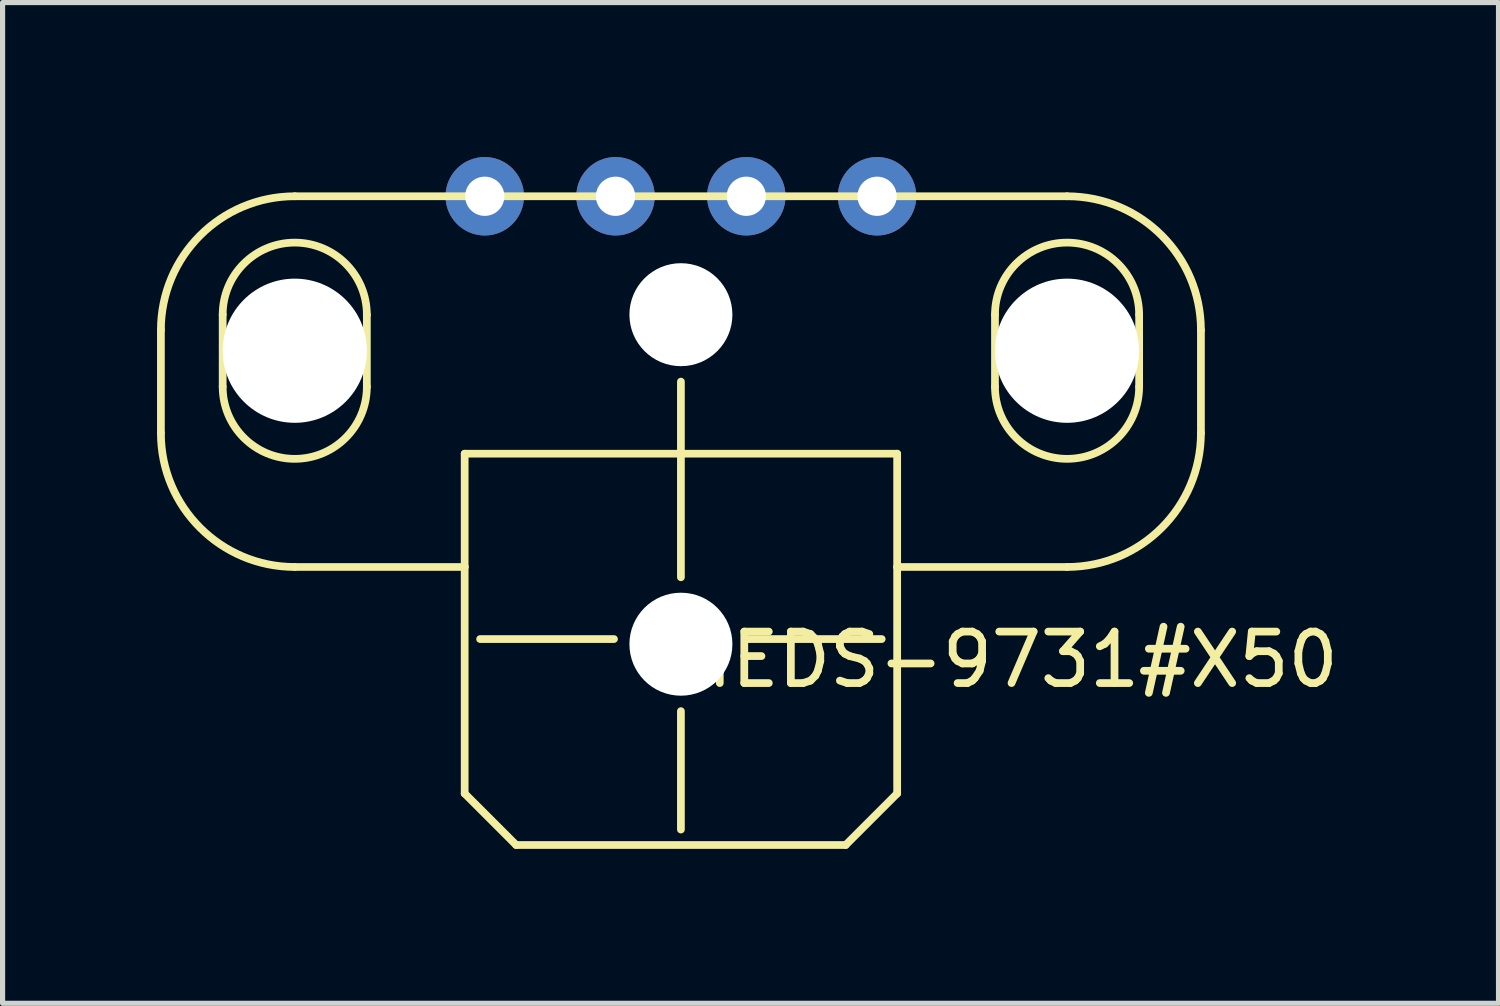
<source format=kicad_pcb>
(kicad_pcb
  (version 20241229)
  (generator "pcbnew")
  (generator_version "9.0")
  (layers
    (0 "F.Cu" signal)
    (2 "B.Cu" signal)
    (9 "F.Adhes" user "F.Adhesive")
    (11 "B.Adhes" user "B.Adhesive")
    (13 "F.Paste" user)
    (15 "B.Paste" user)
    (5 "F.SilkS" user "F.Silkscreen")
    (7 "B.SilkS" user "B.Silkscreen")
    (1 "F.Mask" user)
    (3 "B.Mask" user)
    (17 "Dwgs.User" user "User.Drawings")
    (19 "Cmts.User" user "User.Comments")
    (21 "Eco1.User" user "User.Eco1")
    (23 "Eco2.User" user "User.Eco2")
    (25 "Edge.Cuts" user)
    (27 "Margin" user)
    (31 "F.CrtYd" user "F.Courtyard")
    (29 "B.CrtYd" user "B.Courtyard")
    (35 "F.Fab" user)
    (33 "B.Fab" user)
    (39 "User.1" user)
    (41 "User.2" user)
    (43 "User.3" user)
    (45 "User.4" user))
  (footprint "HEDS-9731#X50"
    (layer "F.Cu")
    (at 10.175 0.762)
    (property "Reference" "HEDS-9731#X50" (at 6.35 9 0) (layer "F.SilkS") (effects (font (size 1 1) (thickness 0.15))))
    (attr through_hole)
    (fp_line (start -10.1 2.6) (end -10.1 4.6) (stroke (width 0.15) (type solid)) (layer "F.SilkS"))
    (fp_line (start -8.9 2.3) (end -8.9 3.7) (stroke (width 0.15) (type solid)) (layer "F.SilkS"))
    (fp_line (start -7.5 0) (end 7.5 0) (stroke (width 0.15) (type solid)) (layer "F.SilkS"))
    (fp_line (start -7.5 7.2) (end -4.2 7.2) (stroke (width 0.15) (type solid)) (layer "F.SilkS"))
    (fp_line (start -6.1 2.3) (end -6.1 3.7) (stroke (width 0.15) (type solid)) (layer "F.SilkS"))
    (fp_line (start -4.2 5) (end -4.2 7.2) (stroke (width 0.15) (type solid)) (layer "F.SilkS"))
    (fp_line (start -4.2 5) (end 4.2 5) (stroke (width 0.15) (type solid)) (layer "F.SilkS"))
    (fp_line (start -4.2 11.6) (end -4.2 7.2) (stroke (width 0.15) (type solid)) (layer "F.SilkS"))
    (fp_line (start -3.9 8.6) (end -1.3 8.6) (stroke (width 0.15) (type solid)) (layer "F.SilkS"))
    (fp_line (start -3.2 12.6) (end -4.2 11.6) (stroke (width 0.15) (type solid)) (layer "F.SilkS"))
    (fp_line (start 0 7.4) (end 0 3.6) (stroke (width 0.15) (type solid)) (layer "F.SilkS"))
    (fp_line (start 0 10) (end 0 12.3) (stroke (width 0.15) (type solid)) (layer "F.SilkS"))
    (fp_line (start 3.2 12.6) (end -3.2 12.6) (stroke (width 0.15) (type solid)) (layer "F.SilkS"))
    (fp_line (start 3.2 12.6) (end 4.2 11.6) (stroke (width 0.15) (type solid)) (layer "F.SilkS"))
    (fp_line (start 3.9 8.6) (end 1.3 8.6) (stroke (width 0.15) (type solid)) (layer "F.SilkS"))
    (fp_line (start 4.2 7.2) (end 4.2 5) (stroke (width 0.15) (type solid)) (layer "F.SilkS"))
    (fp_line (start 4.2 11.6) (end 4.2 7.2) (stroke (width 0.15) (type solid)) (layer "F.SilkS"))
    (fp_line (start 6.1 3.7) (end 6.1 2.3) (stroke (width 0.15) (type solid)) (layer "F.SilkS"))
    (fp_line (start 7.5 7.2) (end 4.2 7.2) (stroke (width 0.15) (type solid)) (layer "F.SilkS"))
    (fp_line (start 8.9 2.3) (end 8.9 3.7) (stroke (width 0.15) (type solid)) (layer "F.SilkS"))
    (fp_line (start 10.1 2.6) (end 10.1 4.6) (stroke (width 0.15) (type solid)) (layer "F.SilkS"))
    (fp_arc (start -10.1 2.6) (mid -9.338478 0.761522) (end -7.5 0) (stroke (width 0.15) (type solid)) (layer "F.SilkS"))
    (fp_arc (start -8.9 2.3) (mid -7.5 0.9) (end -6.1 2.3) (stroke (width 0.15) (type solid)) (layer "F.SilkS"))
    (fp_arc (start -7.5 7.2) (mid -9.338478 6.438478) (end -10.1 4.6) (stroke (width 0.15) (type solid)) (layer "F.SilkS"))
    (fp_arc (start -6.1 3.7) (mid -7.5 5.1) (end -8.9 3.7) (stroke (width 0.15) (type solid)) (layer "F.SilkS"))
    (fp_arc (start 6.1 2.3) (mid 7.5 0.9) (end 8.9 2.3) (stroke (width 0.15) (type solid)) (layer "F.SilkS"))
    (fp_arc (start 7.5 0) (mid 9.338478 0.761522) (end 10.1 2.6) (stroke (width 0.15) (type solid)) (layer "F.SilkS"))
    (fp_arc (start 8.9 3.7) (mid 7.5 5.1) (end 6.1 3.7) (stroke (width 0.15) (type solid)) (layer "F.SilkS"))
    (fp_arc (start 10.1 4.6) (mid 9.338478 6.438478) (end 7.5 7.2) (stroke (width 0.15) (type solid)) (layer "F.SilkS"))
    (pad "" np_thru_hole circle (at -7.5 3) (size 2.8 2.8) (drill 2.8) (layers "*.Cu" "*.Mask"))
    (pad "" np_thru_hole circle (at 0 2.3) (size 2 2) (drill 2) (layers "*.Cu" "*.Mask"))
    (pad "" np_thru_hole circle (at 0 8.7) (size 2 2) (drill 2) (layers "*.Cu" "*.Mask"))
    (pad "" np_thru_hole circle (at 7.5 3) (size 2.8 2.8) (drill 2.8) (layers "*.Cu" "*.Mask"))
    (pad "1" thru_hole circle (at 3.81 0) (size 1.524 1.524) (drill 0.762) (layers "*.Cu" "*.Mask"))
    (pad "2" thru_hole circle (at 1.27 0) (size 1.524 1.524) (drill 0.762) (layers "*.Cu" "*.Mask"))
    (pad "3" thru_hole circle (at -1.27 0) (size 1.524 1.524) (drill 0.762) (layers "*.Cu" "*.Mask"))
    (pad "4" thru_hole circle (at -3.81 0) (size 1.524 1.524) (drill 0.762) (layers "*.Cu" "*.Mask")))
  (gr_rect
    (start -3 -3)
    (end 26.055 16.437)
    (stroke (width 0.1) (type default))
    (fill no)
    (layer "Edge.Cuts")))
</source>
